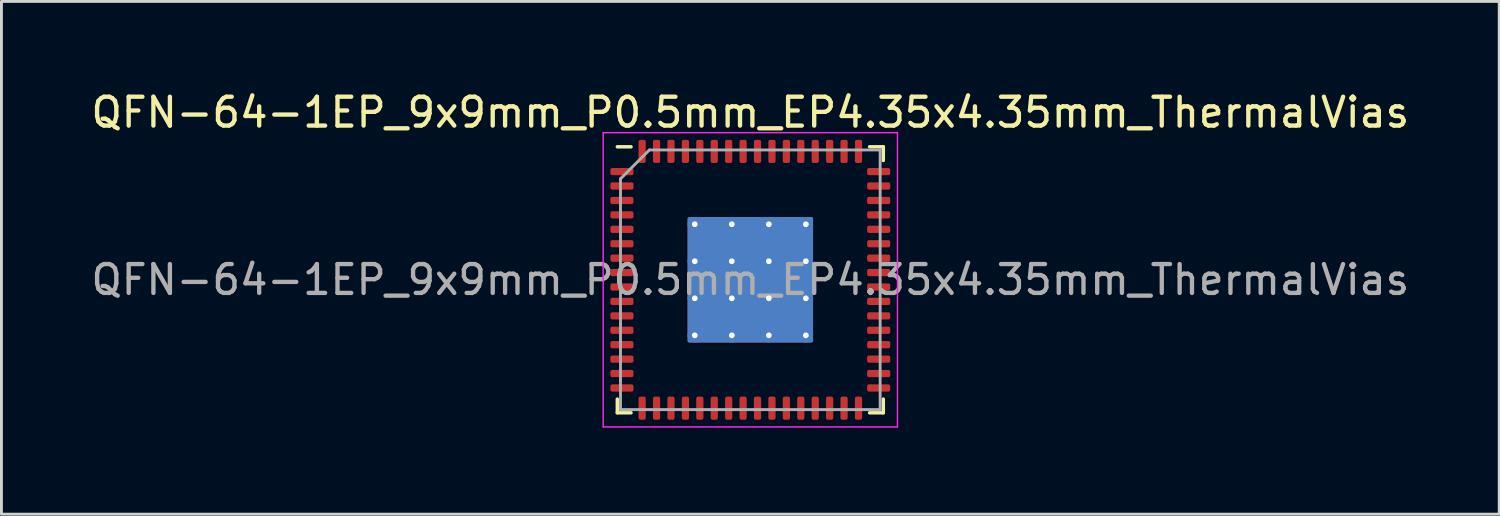
<source format=kicad_pcb>
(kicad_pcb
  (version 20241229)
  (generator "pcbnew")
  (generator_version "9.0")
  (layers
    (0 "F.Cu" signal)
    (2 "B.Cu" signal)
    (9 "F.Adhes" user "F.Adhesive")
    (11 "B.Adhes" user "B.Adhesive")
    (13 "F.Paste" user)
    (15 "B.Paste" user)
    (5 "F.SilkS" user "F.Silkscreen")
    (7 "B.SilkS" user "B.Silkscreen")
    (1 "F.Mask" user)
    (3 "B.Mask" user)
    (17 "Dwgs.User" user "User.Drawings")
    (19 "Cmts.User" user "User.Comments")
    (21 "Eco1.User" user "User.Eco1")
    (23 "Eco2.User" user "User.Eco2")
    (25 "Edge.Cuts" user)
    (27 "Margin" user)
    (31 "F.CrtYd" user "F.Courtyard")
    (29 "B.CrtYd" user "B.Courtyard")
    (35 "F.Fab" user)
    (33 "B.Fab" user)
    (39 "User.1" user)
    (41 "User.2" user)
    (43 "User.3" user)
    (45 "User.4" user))
  (footprint "QFN-64-1EP_9x9mm_P0.5mm_EP4.35x4.35mm_ThermalVias"
    (layer "F.Cu")
    (at 22.958 6.648)
    (property "Reference" "QFN-64-1EP_9x9mm_P0.5mm_EP4.35x4.35mm_ThermalVias" (at 0 -5.8 0) (layer "F.SilkS") (effects (font (size 1 1) (thickness 0.15))))
    (attr smd)
    (fp_line (start -4.61 4.61) (end -4.61 4.135) (stroke (width 0.12) (type solid)) (layer "F.SilkS"))
    (fp_line (start -4.135 -4.61) (end -4.61 -4.61) (stroke (width 0.12) (type solid)) (layer "F.SilkS"))
    (fp_line (start -4.135 4.61) (end -4.61 4.61) (stroke (width 0.12) (type solid)) (layer "F.SilkS"))
    (fp_line (start 4.135 -4.61) (end 4.61 -4.61) (stroke (width 0.12) (type solid)) (layer "F.SilkS"))
    (fp_line (start 4.135 4.61) (end 4.61 4.61) (stroke (width 0.12) (type solid)) (layer "F.SilkS"))
    (fp_line (start 4.61 -4.61) (end 4.61 -4.135) (stroke (width 0.12) (type solid)) (layer "F.SilkS"))
    (fp_line (start 4.61 4.61) (end 4.61 4.135) (stroke (width 0.12) (type solid)) (layer "F.SilkS"))
    (fp_line (start -5.1 -5.1) (end -5.1 5.1) (stroke (width 0.05) (type solid)) (layer "F.CrtYd"))
    (fp_line (start -5.1 5.1) (end 5.1 5.1) (stroke (width 0.05) (type solid)) (layer "F.CrtYd"))
    (fp_line (start 5.1 -5.1) (end -5.1 -5.1) (stroke (width 0.05) (type solid)) (layer "F.CrtYd"))
    (fp_line (start 5.1 5.1) (end 5.1 -5.1) (stroke (width 0.05) (type solid)) (layer "F.CrtYd"))
    (fp_line (start -4.5 -3.5) (end -3.5 -4.5) (stroke (width 0.1) (type solid)) (layer "F.Fab"))
    (fp_line (start -4.5 4.5) (end -4.5 -3.5) (stroke (width 0.1) (type solid)) (layer "F.Fab"))
    (fp_line (start -3.5 -4.5) (end 4.5 -4.5) (stroke (width 0.1) (type solid)) (layer "F.Fab"))
    (fp_line (start 4.5 -4.5) (end 4.5 4.5) (stroke (width 0.1) (type solid)) (layer "F.Fab"))
    (fp_line (start 4.5 4.5) (end -4.5 4.5) (stroke (width 0.1) (type solid)) (layer "F.Fab"))
    (fp_text user "${REFERENCE}" (at 0 0 0) (layer "F.Fab") (effects (font (size 1 1) (thickness 0.15))))
    (pad "" smd roundrect (at -1.283 -1.283) (size 1.123 1.123) (layers "F.Paste") (roundrect_rratio 0.223))
    (pad "" smd roundrect (at -1.283 0) (size 1.123 1.123) (layers "F.Paste") (roundrect_rratio 0.223))
    (pad "" smd roundrect (at -1.283 1.283) (size 1.123 1.123) (layers "F.Paste") (roundrect_rratio 0.223))
    (pad "" smd roundrect (at 0 -1.283) (size 1.123 1.123) (layers "F.Paste") (roundrect_rratio 0.223))
    (pad "" smd roundrect (at 0 0) (size 1.123 1.123) (layers "F.Paste") (roundrect_rratio 0.223))
    (pad "" smd roundrect (at 0 1.283) (size 1.123 1.123) (layers "F.Paste") (roundrect_rratio 0.223))
    (pad "" smd roundrect (at 1.283 -1.283) (size 1.123 1.123) (layers "F.Paste") (roundrect_rratio 0.223))
    (pad "" smd roundrect (at 1.283 0) (size 1.123 1.123) (layers "F.Paste") (roundrect_rratio 0.223))
    (pad "" smd roundrect (at 1.283 1.283) (size 1.123 1.123) (layers "F.Paste") (roundrect_rratio 0.223))
    (pad "1" smd roundrect (at -4.45 -3.75) (size 0.8 0.25) (layers "F.Cu" "F.Mask" "F.Paste") (roundrect_rratio 0.25))
    (pad "2" smd roundrect (at -4.45 -3.25) (size 0.8 0.25) (layers "F.Cu" "F.Mask" "F.Paste") (roundrect_rratio 0.25))
    (pad "3" smd roundrect (at -4.45 -2.75) (size 0.8 0.25) (layers "F.Cu" "F.Mask" "F.Paste") (roundrect_rratio 0.25))
    (pad "4" smd roundrect (at -4.45 -2.25) (size 0.8 0.25) (layers "F.Cu" "F.Mask" "F.Paste") (roundrect_rratio 0.25))
    (pad "5" smd roundrect (at -4.45 -1.75) (size 0.8 0.25) (layers "F.Cu" "F.Mask" "F.Paste") (roundrect_rratio 0.25))
    (pad "6" smd roundrect (at -4.45 -1.25) (size 0.8 0.25) (layers "F.Cu" "F.Mask" "F.Paste") (roundrect_rratio 0.25))
    (pad "7" smd roundrect (at -4.45 -0.75) (size 0.8 0.25) (layers "F.Cu" "F.Mask" "F.Paste") (roundrect_rratio 0.25))
    (pad "8" smd roundrect (at -4.45 -0.25) (size 0.8 0.25) (layers "F.Cu" "F.Mask" "F.Paste") (roundrect_rratio 0.25))
    (pad "9" smd roundrect (at -4.45 0.25) (size 0.8 0.25) (layers "F.Cu" "F.Mask" "F.Paste") (roundrect_rratio 0.25))
    (pad "10" smd roundrect (at -4.45 0.75) (size 0.8 0.25) (layers "F.Cu" "F.Mask" "F.Paste") (roundrect_rratio 0.25))
    (pad "11" smd roundrect (at -4.45 1.25) (size 0.8 0.25) (layers "F.Cu" "F.Mask" "F.Paste") (roundrect_rratio 0.25))
    (pad "12" smd roundrect (at -4.45 1.75) (size 0.8 0.25) (layers "F.Cu" "F.Mask" "F.Paste") (roundrect_rratio 0.25))
    (pad "13" smd roundrect (at -4.45 2.25) (size 0.8 0.25) (layers "F.Cu" "F.Mask" "F.Paste") (roundrect_rratio 0.25))
    (pad "14" smd roundrect (at -4.45 2.75) (size 0.8 0.25) (layers "F.Cu" "F.Mask" "F.Paste") (roundrect_rratio 0.25))
    (pad "15" smd roundrect (at -4.45 3.25) (size 0.8 0.25) (layers "F.Cu" "F.Mask" "F.Paste") (roundrect_rratio 0.25))
    (pad "16" smd roundrect (at -4.45 3.75) (size 0.8 0.25) (layers "F.Cu" "F.Mask" "F.Paste") (roundrect_rratio 0.25))
    (pad "17" smd roundrect (at -3.75 4.45) (size 0.25 0.8) (layers "F.Cu" "F.Mask" "F.Paste") (roundrect_rratio 0.25))
    (pad "18" smd roundrect (at -3.25 4.45) (size 0.25 0.8) (layers "F.Cu" "F.Mask" "F.Paste") (roundrect_rratio 0.25))
    (pad "19" smd roundrect (at -2.75 4.45) (size 0.25 0.8) (layers "F.Cu" "F.Mask" "F.Paste") (roundrect_rratio 0.25))
    (pad "20" smd roundrect (at -2.25 4.45) (size 0.25 0.8) (layers "F.Cu" "F.Mask" "F.Paste") (roundrect_rratio 0.25))
    (pad "21" smd roundrect (at -1.75 4.45) (size 0.25 0.8) (layers "F.Cu" "F.Mask" "F.Paste") (roundrect_rratio 0.25))
    (pad "22" smd roundrect (at -1.25 4.45) (size 0.25 0.8) (layers "F.Cu" "F.Mask" "F.Paste") (roundrect_rratio 0.25))
    (pad "23" smd roundrect (at -0.75 4.45) (size 0.25 0.8) (layers "F.Cu" "F.Mask" "F.Paste") (roundrect_rratio 0.25))
    (pad "24" smd roundrect (at -0.25 4.45) (size 0.25 0.8) (layers "F.Cu" "F.Mask" "F.Paste") (roundrect_rratio 0.25))
    (pad "25" smd roundrect (at 0.25 4.45) (size 0.25 0.8) (layers "F.Cu" "F.Mask" "F.Paste") (roundrect_rratio 0.25))
    (pad "26" smd roundrect (at 0.75 4.45) (size 0.25 0.8) (layers "F.Cu" "F.Mask" "F.Paste") (roundrect_rratio 0.25))
    (pad "27" smd roundrect (at 1.25 4.45) (size 0.25 0.8) (layers "F.Cu" "F.Mask" "F.Paste") (roundrect_rratio 0.25))
    (pad "28" smd roundrect (at 1.75 4.45) (size 0.25 0.8) (layers "F.Cu" "F.Mask" "F.Paste") (roundrect_rratio 0.25))
    (pad "29" smd roundrect (at 2.25 4.45) (size 0.25 0.8) (layers "F.Cu" "F.Mask" "F.Paste") (roundrect_rratio 0.25))
    (pad "30" smd roundrect (at 2.75 4.45) (size 0.25 0.8) (layers "F.Cu" "F.Mask" "F.Paste") (roundrect_rratio 0.25))
    (pad "31" smd roundrect (at 3.25 4.45) (size 0.25 0.8) (layers "F.Cu" "F.Mask" "F.Paste") (roundrect_rratio 0.25))
    (pad "32" smd roundrect (at 3.75 4.45) (size 0.25 0.8) (layers "F.Cu" "F.Mask" "F.Paste") (roundrect_rratio 0.25))
    (pad "33" smd roundrect (at 4.45 3.75) (size 0.8 0.25) (layers "F.Cu" "F.Mask" "F.Paste") (roundrect_rratio 0.25))
    (pad "34" smd roundrect (at 4.45 3.25) (size 0.8 0.25) (layers "F.Cu" "F.Mask" "F.Paste") (roundrect_rratio 0.25))
    (pad "35" smd roundrect (at 4.45 2.75) (size 0.8 0.25) (layers "F.Cu" "F.Mask" "F.Paste") (roundrect_rratio 0.25))
    (pad "36" smd roundrect (at 4.45 2.25) (size 0.8 0.25) (layers "F.Cu" "F.Mask" "F.Paste") (roundrect_rratio 0.25))
    (pad "37" smd roundrect (at 4.45 1.75) (size 0.8 0.25) (layers "F.Cu" "F.Mask" "F.Paste") (roundrect_rratio 0.25))
    (pad "38" smd roundrect (at 4.45 1.25) (size 0.8 0.25) (layers "F.Cu" "F.Mask" "F.Paste") (roundrect_rratio 0.25))
    (pad "39" smd roundrect (at 4.45 0.75) (size 0.8 0.25) (layers "F.Cu" "F.Mask" "F.Paste") (roundrect_rratio 0.25))
    (pad "40" smd roundrect (at 4.45 0.25) (size 0.8 0.25) (layers "F.Cu" "F.Mask" "F.Paste") (roundrect_rratio 0.25))
    (pad "41" smd roundrect (at 4.45 -0.25) (size 0.8 0.25) (layers "F.Cu" "F.Mask" "F.Paste") (roundrect_rratio 0.25))
    (pad "42" smd roundrect (at 4.45 -0.75) (size 0.8 0.25) (layers "F.Cu" "F.Mask" "F.Paste") (roundrect_rratio 0.25))
    (pad "43" smd roundrect (at 4.45 -1.25) (size 0.8 0.25) (layers "F.Cu" "F.Mask" "F.Paste") (roundrect_rratio 0.25))
    (pad "44" smd roundrect (at 4.45 -1.75) (size 0.8 0.25) (layers "F.Cu" "F.Mask" "F.Paste") (roundrect_rratio 0.25))
    (pad "45" smd roundrect (at 4.45 -2.25) (size 0.8 0.25) (layers "F.Cu" "F.Mask" "F.Paste") (roundrect_rratio 0.25))
    (pad "46" smd roundrect (at 4.45 -2.75) (size 0.8 0.25) (layers "F.Cu" "F.Mask" "F.Paste") (roundrect_rratio 0.25))
    (pad "47" smd roundrect (at 4.45 -3.25) (size 0.8 0.25) (layers "F.Cu" "F.Mask" "F.Paste") (roundrect_rratio 0.25))
    (pad "48" smd roundrect (at 4.45 -3.75) (size 0.8 0.25) (layers "F.Cu" "F.Mask" "F.Paste") (roundrect_rratio 0.25))
    (pad "49" smd roundrect (at 3.75 -4.45) (size 0.25 0.8) (layers "F.Cu" "F.Mask" "F.Paste") (roundrect_rratio 0.25))
    (pad "50" smd roundrect (at 3.25 -4.45) (size 0.25 0.8) (layers "F.Cu" "F.Mask" "F.Paste") (roundrect_rratio 0.25))
    (pad "51" smd roundrect (at 2.75 -4.45) (size 0.25 0.8) (layers "F.Cu" "F.Mask" "F.Paste") (roundrect_rratio 0.25))
    (pad "52" smd roundrect (at 2.25 -4.45) (size 0.25 0.8) (layers "F.Cu" "F.Mask" "F.Paste") (roundrect_rratio 0.25))
    (pad "53" smd roundrect (at 1.75 -4.45) (size 0.25 0.8) (layers "F.Cu" "F.Mask" "F.Paste") (roundrect_rratio 0.25))
    (pad "54" smd roundrect (at 1.25 -4.45) (size 0.25 0.8) (layers "F.Cu" "F.Mask" "F.Paste") (roundrect_rratio 0.25))
    (pad "55" smd roundrect (at 0.75 -4.45) (size 0.25 0.8) (layers "F.Cu" "F.Mask" "F.Paste") (roundrect_rratio 0.25))
    (pad "56" smd roundrect (at 0.25 -4.45) (size 0.25 0.8) (layers "F.Cu" "F.Mask" "F.Paste") (roundrect_rratio 0.25))
    (pad "57" smd roundrect (at -0.25 -4.45) (size 0.25 0.8) (layers "F.Cu" "F.Mask" "F.Paste") (roundrect_rratio 0.25))
    (pad "58" smd roundrect (at -0.75 -4.45) (size 0.25 0.8) (layers "F.Cu" "F.Mask" "F.Paste") (roundrect_rratio 0.25))
    (pad "59" smd roundrect (at -1.25 -4.45) (size 0.25 0.8) (layers "F.Cu" "F.Mask" "F.Paste") (roundrect_rratio 0.25))
    (pad "60" smd roundrect (at -1.75 -4.45) (size 0.25 0.8) (layers "F.Cu" "F.Mask" "F.Paste") (roundrect_rratio 0.25))
    (pad "61" smd roundrect (at -2.25 -4.45) (size 0.25 0.8) (layers "F.Cu" "F.Mask" "F.Paste") (roundrect_rratio 0.25))
    (pad "62" smd roundrect (at -2.75 -4.45) (size 0.25 0.8) (layers "F.Cu" "F.Mask" "F.Paste") (roundrect_rratio 0.25))
    (pad "63" smd roundrect (at -3.25 -4.45) (size 0.25 0.8) (layers "F.Cu" "F.Mask" "F.Paste") (roundrect_rratio 0.25))
    (pad "64" smd roundrect (at -3.75 -4.45) (size 0.25 0.8) (layers "F.Cu" "F.Mask" "F.Paste") (roundrect_rratio 0.25))
    (pad "65" thru_hole circle (at -1.925 -1.925) (size 0.5 0.5) (drill 0.2) (layers "*.Cu"))
    (pad "65" thru_hole circle (at -1.925 -0.642) (size 0.5 0.5) (drill 0.2) (layers "*.Cu"))
    (pad "65" thru_hole circle (at -1.925 0.642) (size 0.5 0.5) (drill 0.2) (layers "*.Cu"))
    (pad "65" thru_hole circle (at -1.925 1.925) (size 0.5 0.5) (drill 0.2) (layers "*.Cu"))
    (pad "65" thru_hole circle (at -0.642 -1.925) (size 0.5 0.5) (drill 0.2) (layers "*.Cu"))
    (pad "65" thru_hole circle (at -0.642 -0.642) (size 0.5 0.5) (drill 0.2) (layers "*.Cu"))
    (pad "65" thru_hole circle (at -0.642 0.642) (size 0.5 0.5) (drill 0.2) (layers "*.Cu"))
    (pad "65" thru_hole circle (at -0.642 1.925) (size 0.5 0.5) (drill 0.2) (layers "*.Cu"))
    (pad "65" smd roundrect (at 0 0) (size 4.35 4.35) (layers "F.Cu" "F.Mask") (roundrect_rratio 0.014))
    (pad "65" smd roundrect (at 0 0) (size 4.35 4.35) (layers "B.Cu") (roundrect_rratio 0.014))
    (pad "65" thru_hole circle (at 0.642 -1.925) (size 0.5 0.5) (drill 0.2) (layers "*.Cu"))
    (pad "65" thru_hole circle (at 0.642 -0.642) (size 0.5 0.5) (drill 0.2) (layers "*.Cu"))
    (pad "65" thru_hole circle (at 0.642 0.642) (size 0.5 0.5) (drill 0.2) (layers "*.Cu"))
    (pad "65" thru_hole circle (at 0.642 1.925) (size 0.5 0.5) (drill 0.2) (layers "*.Cu"))
    (pad "65" thru_hole circle (at 1.925 -1.925) (size 0.5 0.5) (drill 0.2) (layers "*.Cu"))
    (pad "65" thru_hole circle (at 1.925 -0.642) (size 0.5 0.5) (drill 0.2) (layers "*.Cu"))
    (pad "65" thru_hole circle (at 1.925 0.642) (size 0.5 0.5) (drill 0.2) (layers "*.Cu"))
    (pad "65" thru_hole circle (at 1.925 1.925) (size 0.5 0.5) (drill 0.2) (layers "*.Cu")))
  (gr_rect
    (start -3 -3)
    (end 48.917 14.773)
    (stroke (width 0.1) (type default))
    (fill no)
    (layer "Edge.Cuts")))
</source>
